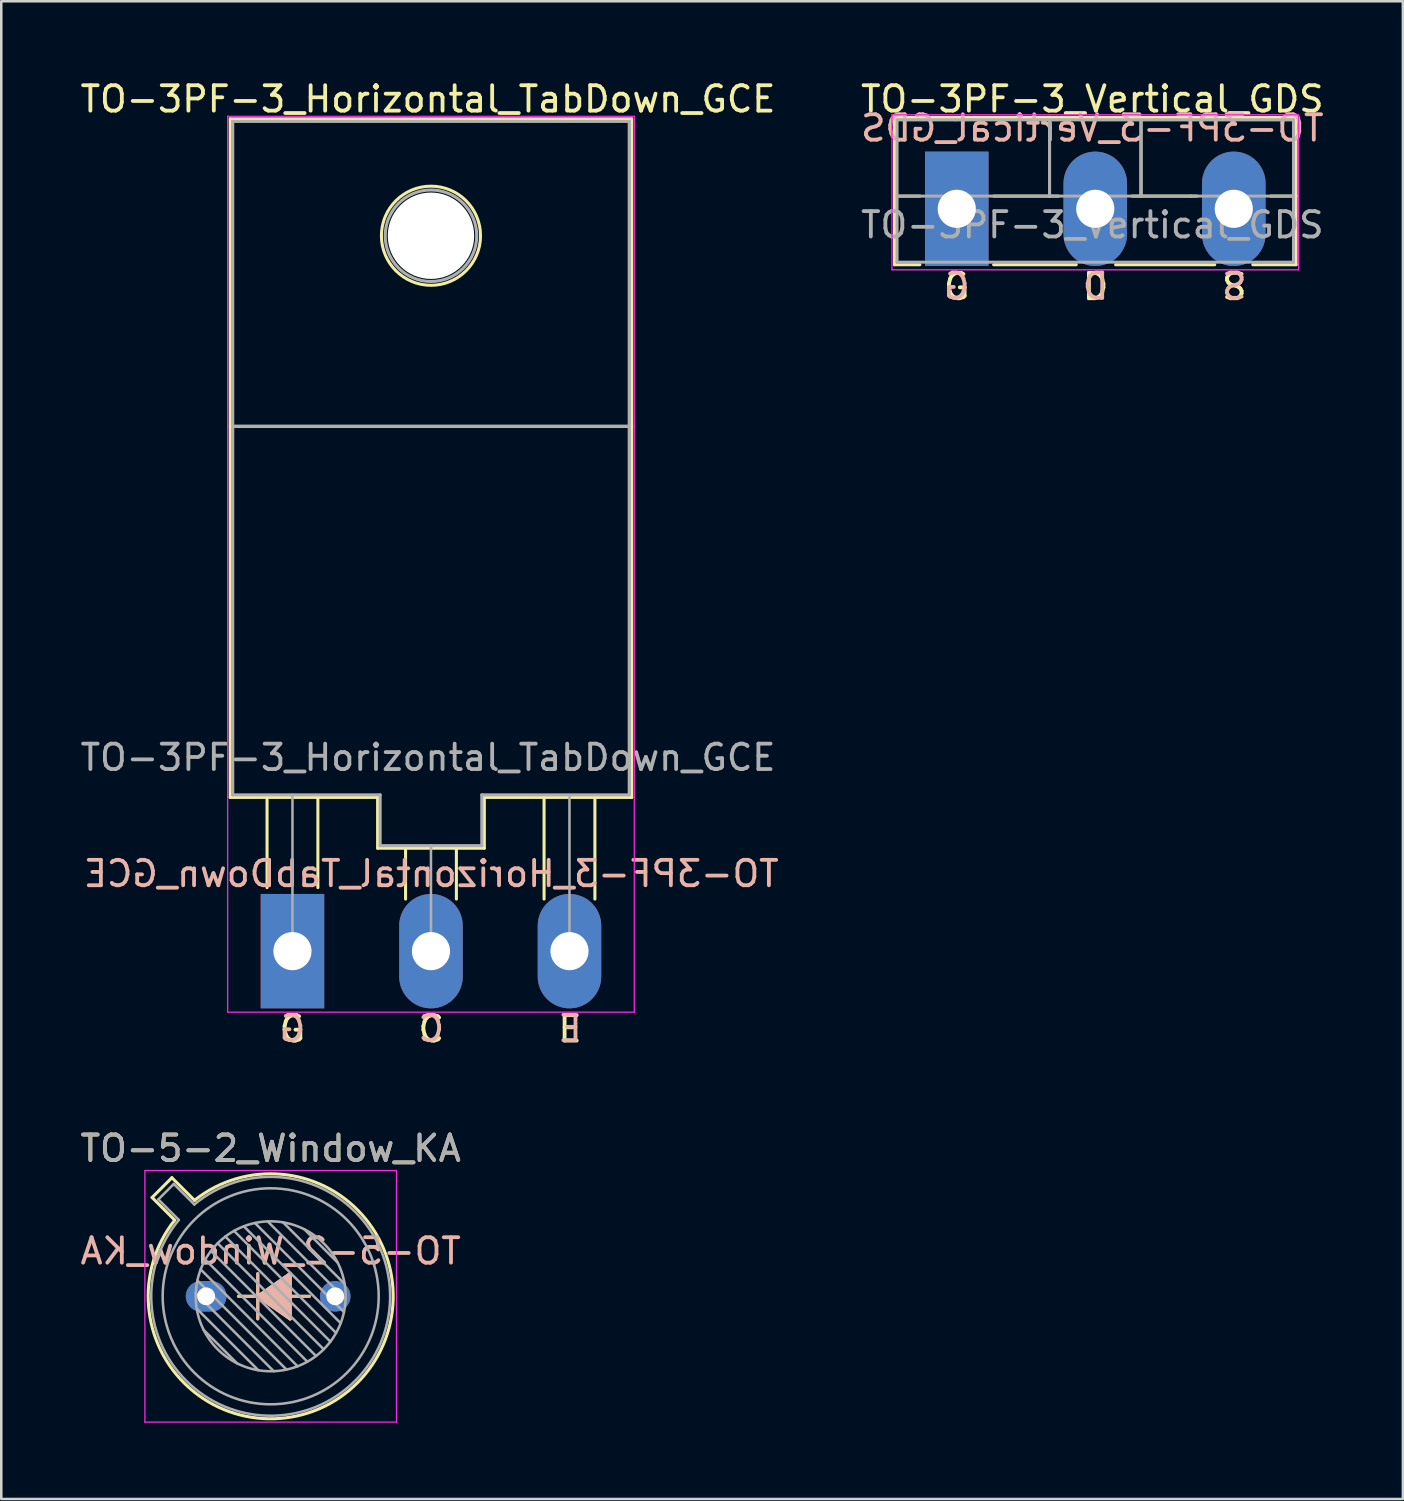
<source format=kicad_pcb>
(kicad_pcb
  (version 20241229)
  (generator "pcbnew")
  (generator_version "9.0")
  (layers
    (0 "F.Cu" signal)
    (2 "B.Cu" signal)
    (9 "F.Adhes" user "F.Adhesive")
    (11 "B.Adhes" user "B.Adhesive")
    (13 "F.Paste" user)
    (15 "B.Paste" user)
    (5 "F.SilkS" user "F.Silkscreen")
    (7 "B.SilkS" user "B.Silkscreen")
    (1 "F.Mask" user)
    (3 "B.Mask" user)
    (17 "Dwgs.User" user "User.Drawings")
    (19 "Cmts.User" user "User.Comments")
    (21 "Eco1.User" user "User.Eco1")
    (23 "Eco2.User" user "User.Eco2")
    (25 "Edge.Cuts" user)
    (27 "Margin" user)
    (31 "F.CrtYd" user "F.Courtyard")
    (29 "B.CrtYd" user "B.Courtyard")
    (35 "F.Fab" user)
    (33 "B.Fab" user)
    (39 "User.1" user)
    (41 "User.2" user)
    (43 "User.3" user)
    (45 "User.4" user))
  (footprint "TO-3PF-3_Vertical_GDS"
    (layer "F.Cu")
    (at 34.597 5.166)
    (property "Reference" "TO-3PF-3_Vertical_GDS" (at 5.334 -4.318 0) (layer "F.SilkS") (effects (font (size 1 1) (thickness 0.15))))
    (fp_line (start -2.45 -3.6) (end -2.45 2.2) (stroke (width 0.12) (type solid)) (layer "F.SilkS"))
    (fp_line (start -2.45 2.2) (end -1.45 2.2) (stroke (width 0.12) (type solid)) (layer "F.SilkS"))
    (fp_line (start -1.45 -0.5) (end -2.45 -0.5) (stroke (width 0.12) (type solid)) (layer "F.SilkS"))
    (fp_line (start 1.45 2.2) (end 4.7 2.2) (stroke (width 0.12) (type solid)) (layer "F.SilkS"))
    (fp_line (start 3.65 -3.6) (end 3.65 -0.5) (stroke (width 0.12) (type solid)) (layer "F.SilkS"))
    (fp_line (start 3.65 -0.5) (end 1.45 -0.5) (stroke (width 0.12) (type solid)) (layer "F.SilkS"))
    (fp_line (start 3.65 -0.5) (end 4 -0.5) (stroke (width 0.12) (type solid)) (layer "F.SilkS"))
    (fp_line (start 6.25 2.2) (end 10.15 2.2) (stroke (width 0.12) (type solid)) (layer "F.SilkS"))
    (fp_line (start 7.25 -0.5) (end 7.25 -3.6) (stroke (width 0.12) (type solid)) (layer "F.SilkS"))
    (fp_line (start 9.2 -0.5) (end 6.9 -0.5) (stroke (width 0.12) (type solid)) (layer "F.SilkS"))
    (fp_line (start 9.45 -0.5) (end 9.2 -0.5) (stroke (width 0.12) (type solid)) (layer "F.SilkS"))
    (fp_line (start 11.65 2.2) (end 13.35 2.2) (stroke (width 0.12) (type solid)) (layer "F.SilkS"))
    (fp_line (start 13.35 -3.6) (end -2.45 -3.6) (stroke (width 0.12) (type solid)) (layer "F.SilkS"))
    (fp_line (start 13.35 -0.5) (end 12.35 -0.5) (stroke (width 0.12) (type solid)) (layer "F.SilkS"))
    (fp_line (start 13.35 2.2) (end 13.35 -3.6) (stroke (width 0.12) (type solid)) (layer "F.SilkS"))
    (fp_line (start -2.55 -3.7) (end -2.55 2.4) (stroke (width 0.05) (type solid)) (layer "F.CrtYd"))
    (fp_line (start -2.55 2.4) (end 13.45 2.4) (stroke (width 0.05) (type solid)) (layer "F.CrtYd"))
    (fp_line (start 13.45 -3.7) (end -2.55 -3.7) (stroke (width 0.05) (type solid)) (layer "F.CrtYd"))
    (fp_line (start 13.45 2.4) (end 13.45 -3.7) (stroke (width 0.05) (type solid)) (layer "F.CrtYd"))
    (fp_line (start -2.35 -3.5) (end -2.35 2.1) (stroke (width 0.12) (type solid)) (layer "F.Fab"))
    (fp_line (start -2.35 2.1) (end 13.25 2.1) (stroke (width 0.12) (type solid)) (layer "F.Fab"))
    (fp_line (start -0.05 -3.5) (end -2.35 -3.5) (stroke (width 0.12) (type solid)) (layer "F.Fab"))
    (fp_line (start 2.95 -3.5) (end -0.05 -3.5) (stroke (width 0.12) (type solid)) (layer "F.Fab"))
    (fp_line (start 3.65 -3.5) (end 3.65 -0.5) (stroke (width 0.12) (type solid)) (layer "F.Fab"))
    (fp_line (start 7.25 -3.5) (end 7.25 -0.5) (stroke (width 0.12) (type solid)) (layer "F.Fab"))
    (fp_line (start 10.85 -0.5) (end -2.35 -0.5) (stroke (width 0.12) (type solid)) (layer "F.Fab"))
    (fp_line (start 10.85 -0.5) (end 13.25 -0.5) (stroke (width 0.12) (type solid)) (layer "F.Fab"))
    (fp_line (start 10.95 -3.5) (end 2.95 -3.5) (stroke (width 0.12) (type solid)) (layer "F.Fab"))
    (fp_line (start 13.25 -3.5) (end 10.95 -3.5) (stroke (width 0.12) (type solid)) (layer "F.Fab"))
    (fp_line (start 13.25 2.1) (end 13.25 -3.5) (stroke (width 0.12) (type solid)) (layer "F.Fab"))
    (fp_text user "S" (at 10.922 3.064 0) (unlocked yes) (layer "F.SilkS") (effects (font (size 1 1) (thickness 0.15))))
    (fp_text user "D" (at 5.461 3.064 0) (unlocked yes) (layer "F.SilkS") (effects (font (size 1 1) (thickness 0.15))))
    (fp_text user "G" (at 0 3.064 0) (unlocked yes) (layer "F.SilkS") (effects (font (size 1 1) (thickness 0.15))))
    (fp_text user "${REFERENCE}" (at 5.334 -3.175 0) (layer "B.SilkS") (effects (font (size 1 1) (thickness 0.15)) (justify mirror)))
    (fp_text user "D" (at 5.461 3.048 0) (unlocked yes) (layer "B.SilkS") (effects (font (size 1 1) (thickness 0.15)) (justify mirror)))
    (fp_text user "S" (at 10.922 3.048 0) (unlocked yes) (layer "B.SilkS") (effects (font (size 1 1) (thickness 0.15)) (justify mirror)))
    (fp_text user "G" (at 0 3.048 0) (unlocked yes) (layer "B.SilkS") (effects (font (size 1 1) (thickness 0.15)) (justify mirror)))
    (fp_text user "${REFERENCE}" (at 5.334 0.635 0) (layer "F.Fab") (effects (font (size 1 1) (thickness 0.15))))
    (pad "1" thru_hole rect (at 0 0) (size 2.5 4.5) (drill 1.5) (layers "*.Cu" "*.Mask"))
    (pad "2" thru_hole oval (at 5.45 0) (size 2.5 4.5) (drill 1.5) (layers "*.Cu" "*.Mask"))
    (pad "3" thru_hole oval (at 10.9 0) (size 2.5 4.5) (drill 1.5) (layers "*.Cu" "*.Mask")))
  (footprint "TO-3PF-3_Horizontal_TabDown_GCE"
    (layer "F.Cu")
    (at 8.458 34.376)
    (property "Reference" "TO-3PF-3_Horizontal_TabDown_GCE" (at 5.334 -33.528 0) (layer "F.SilkS") (effects (font (size 1 1) (thickness 0.15))))
    (fp_line (start -2.45 -32.75) (end 13.35 -32.75) (stroke (width 0.12) (type solid)) (layer "F.SilkS"))
    (fp_line (start -2.45 -6.05) (end -2.45 -32.75) (stroke (width 0.12) (type solid)) (layer "F.SilkS"))
    (fp_line (start -1 -6) (end -1 -2.5) (stroke (width 0.12) (type solid)) (layer "F.SilkS"))
    (fp_line (start 1 -6) (end 1 -2.5) (stroke (width 0.12) (type solid)) (layer "F.SilkS"))
    (fp_line (start 3.35 -6.05) (end -2.45 -6.05) (stroke (width 0.12) (type solid)) (layer "F.SilkS"))
    (fp_line (start 3.35 -4.05) (end 3.35 -6.05) (stroke (width 0.12) (type solid)) (layer "F.SilkS"))
    (fp_line (start 4.45 -4.05) (end 4.45 -2.05) (stroke (width 0.12) (type solid)) (layer "F.SilkS"))
    (fp_line (start 6.45 -4.05) (end 6.45 -2.05) (stroke (width 0.12) (type solid)) (layer "F.SilkS"))
    (fp_line (start 7.55 -6.05) (end 7.55 -4.05) (stroke (width 0.12) (type solid)) (layer "F.SilkS"))
    (fp_line (start 7.55 -4.05) (end 3.35 -4.05) (stroke (width 0.12) (type solid)) (layer "F.SilkS"))
    (fp_line (start 9.9 -6) (end 9.9 -2.05) (stroke (width 0.12) (type solid)) (layer "F.SilkS"))
    (fp_line (start 11.9 -6) (end 11.9 -2.05) (stroke (width 0.12) (type solid)) (layer "F.SilkS"))
    (fp_line (start 13.35 -32.75) (end 13.35 -6.05) (stroke (width 0.12) (type solid)) (layer "F.SilkS"))
    (fp_line (start 13.35 -20.65) (end -2.45 -20.65) (stroke (width 0.12) (type solid)) (layer "F.SilkS"))
    (fp_line (start 13.35 -6.05) (end 7.55 -6.05) (stroke (width 0.12) (type solid)) (layer "F.SilkS"))
    (fp_circle (center 5.45 -28.15) (end 7.4 -28.15) (stroke (width 0.12) (type solid)) (fill no) (layer "F.SilkS"))
    (fp_line (start -2.55 -32.85) (end -2.55 2.4) (stroke (width 0.05) (type solid)) (layer "F.CrtYd"))
    (fp_line (start -2.55 2.4) (end 13.45 2.4) (stroke (width 0.05) (type solid)) (layer "F.CrtYd"))
    (fp_line (start 13.45 -32.85) (end -2.55 -32.85) (stroke (width 0.05) (type solid)) (layer "F.CrtYd"))
    (fp_line (start 13.45 2.4) (end 13.45 -32.85) (stroke (width 0.05) (type solid)) (layer "F.CrtYd"))
    (fp_line (start -2.35 -32.65) (end 13.25 -32.65) (stroke (width 0.12) (type solid)) (layer "F.Fab"))
    (fp_line (start -2.35 -20.65) (end 13.25 -20.65) (stroke (width 0.12) (type solid)) (layer "F.Fab"))
    (fp_line (start -2.35 -6.15) (end -2.35 -32.65) (stroke (width 0.12) (type solid)) (layer "F.Fab"))
    (fp_line (start 0 0) (end 0 -6.15) (stroke (width 0.1) (type solid)) (layer "F.Fab"))
    (fp_line (start 3.45 -6.15) (end -2.35 -6.15) (stroke (width 0.12) (type solid)) (layer "F.Fab"))
    (fp_line (start 3.45 -4.15) (end 3.45 -6.15) (stroke (width 0.12) (type solid)) (layer "F.Fab"))
    (fp_line (start 5.45 -4.15) (end 3.45 -4.15) (stroke (width 0.12) (type solid)) (layer "F.Fab"))
    (fp_line (start 5.45 -4.15) (end 5.45 0) (stroke (width 0.1) (type solid)) (layer "F.Fab"))
    (fp_line (start 5.45 -4.15) (end 7.45 -4.15) (stroke (width 0.12) (type solid)) (layer "F.Fab"))
    (fp_line (start 7.45 -4.15) (end 7.45 -6.15) (stroke (width 0.12) (type solid)) (layer "F.Fab"))
    (fp_line (start 10.9 -6.1) (end 10.9 0) (stroke (width 0.1) (type solid)) (layer "F.Fab"))
    (fp_line (start 13.25 -32.65) (end 13.25 -6.15) (stroke (width 0.12) (type solid)) (layer "F.Fab"))
    (fp_line (start 13.25 -6.15) (end 7.45 -6.15) (stroke (width 0.12) (type solid)) (layer "F.Fab"))
    (fp_circle (center 5.45 -28.15) (end 7.25 -28.15) (stroke (width 0.12) (type solid)) (fill no) (layer "F.Fab"))
    (fp_text user "C" (at 5.461 3.064 0) (unlocked yes) (layer "F.SilkS") (effects (font (size 1 1) (thickness 0.15))))
    (fp_text user "G" (at 0 3.064 0) (unlocked yes) (layer "F.SilkS") (effects (font (size 1 1) (thickness 0.15))))
    (fp_text user "E" (at 10.922 3.064 0) (unlocked yes) (layer "F.SilkS") (effects (font (size 1 1) (thickness 0.15))))
    (fp_text user "C" (at 5.461 3.048 0) (unlocked yes) (layer "B.SilkS") (effects (font (size 1 1) (thickness 0.15)) (justify mirror)))
    (fp_text user "${REFERENCE}" (at 5.461 -3.048 0) (layer "B.SilkS") (effects (font (size 1 1) (thickness 0.15)) (justify mirror)))
    (fp_text user "G" (at 0 3.048 0) (unlocked yes) (layer "B.SilkS") (effects (font (size 1 1) (thickness 0.15)) (justify mirror)))
    (fp_text user "E" (at 10.922 3.048 0) (unlocked yes) (layer "B.SilkS") (effects (font (size 1 1) (thickness 0.15)) (justify mirror)))
    (fp_text user "${REFERENCE}" (at 5.334 -7.62 0) (layer "F.Fab") (effects (font (size 1 1) (thickness 0.15))))
    (pad "" np_thru_hole circle (at 5.45 -28.15) (size 3.4 3.4) (drill 3.4) (layers "*.Cu" "*.Mask"))
    (pad "1" thru_hole rect (at 0 0) (size 2.5 4.5) (drill 1.5) (layers "*.Cu" "*.Mask"))
    (pad "2" thru_hole oval (at 5.45 0) (size 2.5 4.5) (drill 1.5) (layers "*.Cu" "*.Mask"))
    (pad "3" thru_hole oval (at 10.9 0) (size 2.5 4.5) (drill 1.5) (layers "*.Cu" "*.Mask")))
  (footprint "TO-5-2_Window_KA"
    (layer "F.Cu")
    (at 5.061 47.957)
    (property "Reference" "TO-5-2_Window_KA" (at 2.54 -5.82 0) (layer "F.SilkS") (effects (font (size 1 1) (thickness 0.15))))
    (fp_line (start -2.126 -3.888) (end -1.235 -2.997) (stroke (width 0.12) (type solid)) (layer "F.SilkS"))
    (fp_line (start -1.348 -4.666) (end -2.126 -3.888) (stroke (width 0.12) (type solid)) (layer "F.SilkS"))
    (fp_line (start -0.457 -3.775) (end -1.348 -4.666) (stroke (width 0.12) (type solid)) (layer "F.SilkS"))
    (fp_line (start 2.032 0) (end 1.27 0) (stroke (width 0.12) (type solid)) (layer "F.SilkS"))
    (fp_line (start 2.032 0) (end 3.302 -0.889) (stroke (width 0.12) (type solid)) (layer "F.SilkS"))
    (fp_line (start 2.032 0.889) (end 2.032 -0.889) (stroke (width 0.12) (type solid)) (layer "F.SilkS"))
    (fp_line (start 3.302 -0.889) (end 3.302 0.889) (stroke (width 0.12) (type solid)) (layer "F.SilkS"))
    (fp_line (start 3.302 0.889) (end 2.032 0) (stroke (width 0.12) (type solid)) (layer "F.SilkS"))
    (fp_line (start 4.064 0) (end 3.302 0) (stroke (width 0.12) (type solid)) (layer "F.SilkS"))
    (fp_arc (start -0.457084 -3.774902) (mid 5.948125 3.408384) (end -1.234674 -2.997371) (stroke (width 0.12) (type solid)) (layer "F.SilkS"))
    (fp_poly (pts (xy 2.032 0) (xy 3.302 -0.889) (xy 3.302 0.889)) (stroke (width 0.1) (type solid)) (fill yes) (layer "F.SilkS"))
    (fp_line (start 2.032 -0.889) (end 2.032 0.889) (stroke (width 0.12) (type solid)) (layer "B.SilkS"))
    (fp_line (start 2.032 0) (end 1.27 0) (stroke (width 0.12) (type solid)) (layer "B.SilkS"))
    (fp_line (start 2.032 0) (end 3.302 0.889) (stroke (width 0.12) (type solid)) (layer "B.SilkS"))
    (fp_line (start 3.302 -0.889) (end 2.032 0) (stroke (width 0.12) (type solid)) (layer "B.SilkS"))
    (fp_line (start 3.302 0.889) (end 3.302 -0.889) (stroke (width 0.12) (type solid)) (layer "B.SilkS"))
    (fp_line (start 4.064 0) (end 3.302 0) (stroke (width 0.12) (type solid)) (layer "B.SilkS"))
    (fp_poly (pts (xy 2.032 0) (xy 3.302 0.889) (xy 3.302 -0.889)) (stroke (width 0.1) (type solid)) (fill yes) (layer "B.SilkS"))
    (fp_line (start -2.41 -4.95) (end -2.41 4.95) (stroke (width 0.05) (type solid)) (layer "F.CrtYd"))
    (fp_line (start -2.41 4.95) (end 7.49 4.95) (stroke (width 0.05) (type solid)) (layer "F.CrtYd"))
    (fp_line (start 7.49 -4.95) (end -2.41 -4.95) (stroke (width 0.05) (type solid)) (layer "F.CrtYd"))
    (fp_line (start 7.49 4.95) (end 7.49 -4.95) (stroke (width 0.05) (type solid)) (layer "F.CrtYd"))
    (fp_line (start -1.88 -3.812) (end -1.074 -3.005) (stroke (width 0.1) (type solid)) (layer "F.Fab"))
    (fp_line (start -1.272 -4.42) (end -1.88 -3.812) (stroke (width 0.1) (type solid)) (layer "F.Fab"))
    (fp_line (start -0.465 -3.614) (end -1.272 -4.42) (stroke (width 0.1) (type solid)) (layer "F.Fab"))
    (fp_line (start -0.408 -0.12) (end 2.66 2.948) (stroke (width 0.1) (type solid)) (layer "F.Fab"))
    (fp_line (start -0.371 0.485) (end 2.055 2.911) (stroke (width 0.1) (type solid)) (layer "F.Fab"))
    (fp_line (start -0.344 -0.622) (end 3.162 2.884) (stroke (width 0.1) (type solid)) (layer "F.Fab"))
    (fp_line (start -0.215 -1.058) (end 3.598 2.755) (stroke (width 0.1) (type solid)) (layer "F.Fab"))
    (fp_line (start -0.097 1.324) (end 1.216 2.637) (stroke (width 0.1) (type solid)) (layer "F.Fab"))
    (fp_line (start -0.034 -1.443) (end 3.983 2.574) (stroke (width 0.1) (type solid)) (layer "F.Fab"))
    (fp_line (start 0.19 -1.784) (end 4.324 2.35) (stroke (width 0.1) (type solid)) (layer "F.Fab"))
    (fp_line (start 0.454 -2.086) (end 4.626 2.086) (stroke (width 0.1) (type solid)) (layer "F.Fab"))
    (fp_line (start 0.756 -2.35) (end 4.89 1.784) (stroke (width 0.1) (type solid)) (layer "F.Fab"))
    (fp_line (start 1.097 -2.574) (end 5.114 1.443) (stroke (width 0.1) (type solid)) (layer "F.Fab"))
    (fp_line (start 1.482 -2.755) (end 5.295 1.058) (stroke (width 0.1) (type solid)) (layer "F.Fab"))
    (fp_line (start 1.918 -2.884) (end 5.424 0.622) (stroke (width 0.1) (type solid)) (layer "F.Fab"))
    (fp_line (start 2.42 -2.948) (end 5.488 0.12) (stroke (width 0.1) (type solid)) (layer "F.Fab"))
    (fp_line (start 3.025 -2.911) (end 5.451 -0.485) (stroke (width 0.1) (type solid)) (layer "F.Fab"))
    (fp_line (start 3.864 -2.637) (end 5.177 -1.324) (stroke (width 0.1) (type solid)) (layer "F.Fab"))
    (fp_arc (start -0.465408 -3.61352) (mid 5.863443 3.323361) (end -1.073594 -3.005319) (stroke (width 0.1) (type solid)) (layer "F.Fab"))
    (fp_circle (center 2.54 0) (end 5.49 0) (stroke (width 0.1) (type solid)) (fill no) (layer "F.Fab"))
    (fp_circle (center 2.54 0) (end 6.79 0) (stroke (width 0.1) (type solid)) (fill no) (layer "F.Fab"))
    (fp_text user "${REFERENCE}" (at 2.54 -1.778 0) (layer "B.SilkS") (effects (font (size 1 1) (thickness 0.15)) (justify mirror)))
    (fp_text user "${REFERENCE}" (at 2.54 -5.82 0) (layer "F.Fab") (effects (font (size 1 1) (thickness 0.15))))
    (pad "1" thru_hole oval (at 0 0) (size 1.6 1.2) (drill 0.7) (layers "*.Cu" "*.Mask"))
    (pad "2" thru_hole oval (at 5.08 0) (size 1.2 1.2) (drill 0.7) (layers "*.Cu" "*.Mask")))
  (gr_rect
    (start -3 -3)
    (end 52.151 55.932)
    (stroke (width 0.1) (type default))
    (fill no)
    (layer "Edge.Cuts")))
</source>
